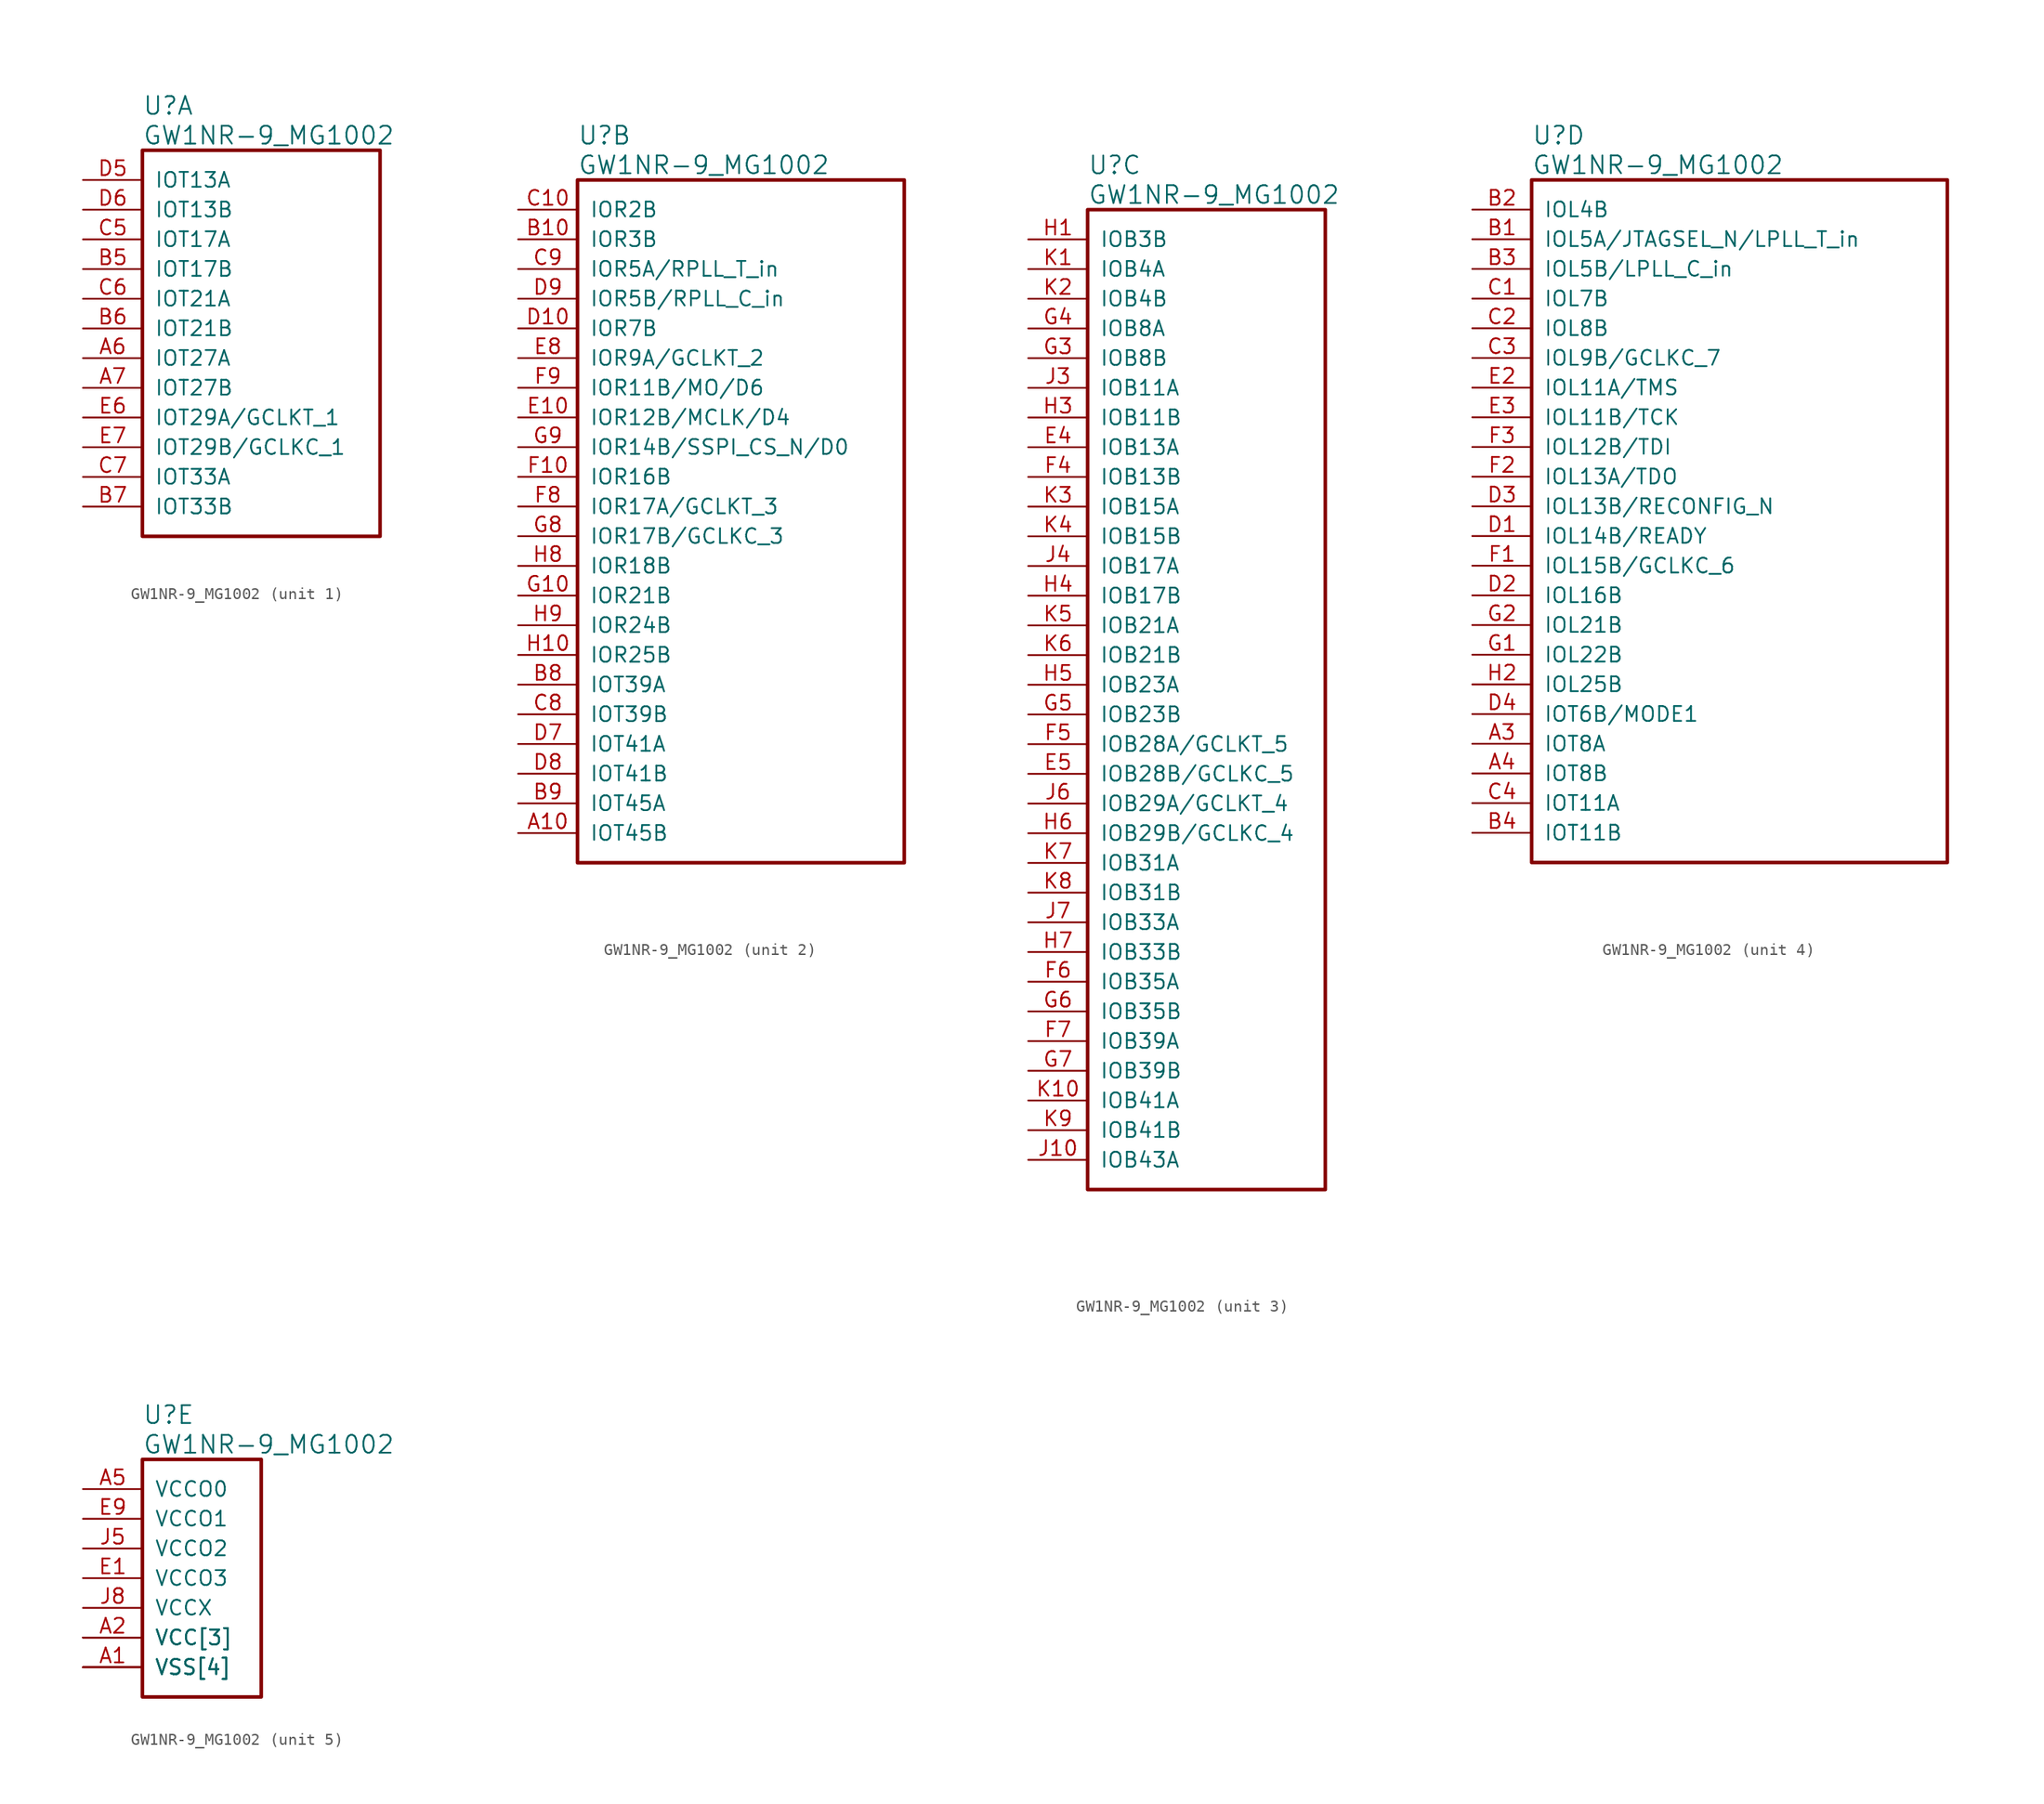
<source format=kicad_sym>
(kicad_symbol_lib
  (version 20241209)
  (generator "kicad_symbol_editor")
  (generator_version "9.0")
  (symbol "GW1NR-9_MG1002"
    (pin_names
      (offset 1.016))
    (property "Reference" "U"
      (at 5.08 6.35 0)
      (effects (font (size 1.524 1.524)) (justify left)))
    (property "Value" "GW1NR-9_MG1002"
      (at 5.08 3.81 0)
      (effects (font (size 1.524 1.524)) (justify left)))
    (property "ki_locked" ""
      (at 0 0 0)
      (effects (font (size 1.27 1.27))))
    (symbol "GW1NR-9_MG1002_1_1"
      (rectangle (start 5.08 2.54) (end 25.4 -30.48) (stroke (width 0.305) (type solid)) (fill (type none)))
      (pin bidirectional line (at 0 0 0) (length 5.08) (name "IOT13A" (effects (font (size 1.27 1.27)))) (number "D5" (effects (font (size 1.27 1.27)))))
      (pin bidirectional line (at 0 -2.54 0) (length 5.08) (name "IOT13B" (effects (font (size 1.27 1.27)))) (number "D6" (effects (font (size 1.27 1.27)))))
      (pin bidirectional line (at 0 -5.08 0) (length 5.08) (name "IOT17A" (effects (font (size 1.27 1.27)))) (number "C5" (effects (font (size 1.27 1.27)))))
      (pin bidirectional line (at 0 -7.62 0) (length 5.08) (name "IOT17B" (effects (font (size 1.27 1.27)))) (number "B5" (effects (font (size 1.27 1.27)))))
      (pin bidirectional line (at 0 -10.16 0) (length 5.08) (name "IOT21A" (effects (font (size 1.27 1.27)))) (number "C6" (effects (font (size 1.27 1.27)))))
      (pin bidirectional line (at 0 -12.7 0) (length 5.08) (name "IOT21B" (effects (font (size 1.27 1.27)))) (number "B6" (effects (font (size 1.27 1.27)))))
      (pin bidirectional line (at 0 -15.24 0) (length 5.08) (name "IOT27A" (effects (font (size 1.27 1.27)))) (number "A6" (effects (font (size 1.27 1.27)))))
      (pin bidirectional line (at 0 -17.78 0) (length 5.08) (name "IOT27B" (effects (font (size 1.27 1.27)))) (number "A7" (effects (font (size 1.27 1.27)))))
      (pin bidirectional line (at 0 -20.32 0) (length 5.08) (name "IOT29A/GCLKT_1" (effects (font (size 1.27 1.27)))) (number "E6" (effects (font (size 1.27 1.27)))))
      (pin bidirectional line (at 0 -22.86 0) (length 5.08) (name "IOT29B/GCLKC_1" (effects (font (size 1.27 1.27)))) (number "E7" (effects (font (size 1.27 1.27)))))
      (pin bidirectional line (at 0 -25.4 0) (length 5.08) (name "IOT33A" (effects (font (size 1.27 1.27)))) (number "C7" (effects (font (size 1.27 1.27)))))
      (pin bidirectional line (at 0 -27.94 0) (length 5.08) (name "IOT33B" (effects (font (size 1.27 1.27)))) (number "B7" (effects (font (size 1.27 1.27))))))
    (symbol "GW1NR-9_MG1002_2_1"
      (rectangle (start 5.08 2.54) (end 33.02 -55.88) (stroke (width 0.305) (type solid)) (fill (type none)))
      (pin bidirectional line (at 0 0 0) (length 5.08) (name "IOR2B" (effects (font (size 1.27 1.27)))) (number "C10" (effects (font (size 1.27 1.27)))))
      (pin bidirectional line (at 0 -2.54 0) (length 5.08) (name "IOR3B" (effects (font (size 1.27 1.27)))) (number "B10" (effects (font (size 1.27 1.27)))))
      (pin bidirectional line (at 0 -5.08 0) (length 5.08) (name "IOR5A/RPLL_T_in" (effects (font (size 1.27 1.27)))) (number "C9" (effects (font (size 1.27 1.27)))))
      (pin bidirectional line (at 0 -7.62 0) (length 5.08) (name "IOR5B/RPLL_C_in" (effects (font (size 1.27 1.27)))) (number "D9" (effects (font (size 1.27 1.27)))))
      (pin bidirectional line (at 0 -10.16 0) (length 5.08) (name "IOR7B" (effects (font (size 1.27 1.27)))) (number "D10" (effects (font (size 1.27 1.27)))))
      (pin bidirectional line (at 0 -12.7 0) (length 5.08) (name "IOR9A/GCLKT_2" (effects (font (size 1.27 1.27)))) (number "E8" (effects (font (size 1.27 1.27)))))
      (pin bidirectional line (at 0 -15.24 0) (length 5.08) (name "IOR11B/MO/D6" (effects (font (size 1.27 1.27)))) (number "F9" (effects (font (size 1.27 1.27)))))
      (pin bidirectional line (at 0 -17.78 0) (length 5.08) (name "IOR12B/MCLK/D4" (effects (font (size 1.27 1.27)))) (number "E10" (effects (font (size 1.27 1.27)))))
      (pin bidirectional line (at 0 -20.32 0) (length 5.08) (name "IOR14B/SSPI_CS_N/D0" (effects (font (size 1.27 1.27)))) (number "G9" (effects (font (size 1.27 1.27)))))
      (pin bidirectional line (at 0 -22.86 0) (length 5.08) (name "IOR16B" (effects (font (size 1.27 1.27)))) (number "F10" (effects (font (size 1.27 1.27)))))
      (pin bidirectional line (at 0 -25.4 0) (length 5.08) (name "IOR17A/GCLKT_3" (effects (font (size 1.27 1.27)))) (number "F8" (effects (font (size 1.27 1.27)))))
      (pin bidirectional line (at 0 -27.94 0) (length 5.08) (name "IOR17B/GCLKC_3" (effects (font (size 1.27 1.27)))) (number "G8" (effects (font (size 1.27 1.27)))))
      (pin bidirectional line (at 0 -30.48 0) (length 5.08) (name "IOR18B" (effects (font (size 1.27 1.27)))) (number "H8" (effects (font (size 1.27 1.27)))))
      (pin bidirectional line (at 0 -33.02 0) (length 5.08) (name "IOR21B" (effects (font (size 1.27 1.27)))) (number "G10" (effects (font (size 1.27 1.27)))))
      (pin bidirectional line (at 0 -35.56 0) (length 5.08) (name "IOR24B" (effects (font (size 1.27 1.27)))) (number "H9" (effects (font (size 1.27 1.27)))))
      (pin bidirectional line (at 0 -38.1 0) (length 5.08) (name "IOR25B" (effects (font (size 1.27 1.27)))) (number "H10" (effects (font (size 1.27 1.27)))))
      (pin bidirectional line (at 0 -40.64 0) (length 5.08) (name "IOT39A" (effects (font (size 1.27 1.27)))) (number "B8" (effects (font (size 1.27 1.27)))))
      (pin bidirectional line (at 0 -43.18 0) (length 5.08) (name "IOT39B" (effects (font (size 1.27 1.27)))) (number "C8" (effects (font (size 1.27 1.27)))))
      (pin bidirectional line (at 0 -45.72 0) (length 5.08) (name "IOT41A" (effects (font (size 1.27 1.27)))) (number "D7" (effects (font (size 1.27 1.27)))))
      (pin bidirectional line (at 0 -48.26 0) (length 5.08) (name "IOT41B" (effects (font (size 1.27 1.27)))) (number "D8" (effects (font (size 1.27 1.27)))))
      (pin bidirectional line (at 0 -50.8 0) (length 5.08) (name "IOT45A" (effects (font (size 1.27 1.27)))) (number "B9" (effects (font (size 1.27 1.27)))))
      (pin bidirectional line (at 0 -53.34 0) (length 5.08) (name "IOT45B" (effects (font (size 1.27 1.27)))) (number "A10" (effects (font (size 1.27 1.27))))))
    (symbol "GW1NR-9_MG1002_3_1"
      (rectangle (start 5.08 2.54) (end 25.4 -81.28) (stroke (width 0.305) (type solid)) (fill (type none)))
      (pin bidirectional line (at 0 0 0) (length 5.08) (name "IOB3B" (effects (font (size 1.27 1.27)))) (number "H1" (effects (font (size 1.27 1.27)))))
      (pin bidirectional line (at 0 -2.54 0) (length 5.08) (name "IOB4A" (effects (font (size 1.27 1.27)))) (number "K1" (effects (font (size 1.27 1.27)))))
      (pin bidirectional line (at 0 -5.08 0) (length 5.08) (name "IOB4B" (effects (font (size 1.27 1.27)))) (number "K2" (effects (font (size 1.27 1.27)))))
      (pin bidirectional line (at 0 -7.62 0) (length 5.08) (name "IOB8A" (effects (font (size 1.27 1.27)))) (number "G4" (effects (font (size 1.27 1.27)))))
      (pin bidirectional line (at 0 -10.16 0) (length 5.08) (name "IOB8B" (effects (font (size 1.27 1.27)))) (number "G3" (effects (font (size 1.27 1.27)))))
      (pin bidirectional line (at 0 -12.7 0) (length 5.08) (name "IOB11A" (effects (font (size 1.27 1.27)))) (number "J3" (effects (font (size 1.27 1.27)))))
      (pin bidirectional line (at 0 -15.24 0) (length 5.08) (name "IOB11B" (effects (font (size 1.27 1.27)))) (number "H3" (effects (font (size 1.27 1.27)))))
      (pin bidirectional line (at 0 -17.78 0) (length 5.08) (name "IOB13A" (effects (font (size 1.27 1.27)))) (number "E4" (effects (font (size 1.27 1.27)))))
      (pin bidirectional line (at 0 -20.32 0) (length 5.08) (name "IOB13B" (effects (font (size 1.27 1.27)))) (number "F4" (effects (font (size 1.27 1.27)))))
      (pin bidirectional line (at 0 -22.86 0) (length 5.08) (name "IOB15A" (effects (font (size 1.27 1.27)))) (number "K3" (effects (font (size 1.27 1.27)))))
      (pin bidirectional line (at 0 -25.4 0) (length 5.08) (name "IOB15B" (effects (font (size 1.27 1.27)))) (number "K4" (effects (font (size 1.27 1.27)))))
      (pin bidirectional line (at 0 -27.94 0) (length 5.08) (name "IOB17A" (effects (font (size 1.27 1.27)))) (number "J4" (effects (font (size 1.27 1.27)))))
      (pin bidirectional line (at 0 -30.48 0) (length 5.08) (name "IOB17B" (effects (font (size 1.27 1.27)))) (number "H4" (effects (font (size 1.27 1.27)))))
      (pin bidirectional line (at 0 -33.02 0) (length 5.08) (name "IOB21A" (effects (font (size 1.27 1.27)))) (number "K5" (effects (font (size 1.27 1.27)))))
      (pin bidirectional line (at 0 -35.56 0) (length 5.08) (name "IOB21B" (effects (font (size 1.27 1.27)))) (number "K6" (effects (font (size 1.27 1.27)))))
      (pin bidirectional line (at 0 -38.1 0) (length 5.08) (name "IOB23A" (effects (font (size 1.27 1.27)))) (number "H5" (effects (font (size 1.27 1.27)))))
      (pin bidirectional line (at 0 -40.64 0) (length 5.08) (name "IOB23B" (effects (font (size 1.27 1.27)))) (number "G5" (effects (font (size 1.27 1.27)))))
      (pin bidirectional line (at 0 -43.18 0) (length 5.08) (name "IOB28A/GCLKT_5" (effects (font (size 1.27 1.27)))) (number "F5" (effects (font (size 1.27 1.27)))))
      (pin bidirectional line (at 0 -45.72 0) (length 5.08) (name "IOB28B/GCLKC_5" (effects (font (size 1.27 1.27)))) (number "E5" (effects (font (size 1.27 1.27)))))
      (pin bidirectional line (at 0 -48.26 0) (length 5.08) (name "IOB29A/GCLKT_4" (effects (font (size 1.27 1.27)))) (number "J6" (effects (font (size 1.27 1.27)))))
      (pin bidirectional line (at 0 -50.8 0) (length 5.08) (name "IOB29B/GCLKC_4" (effects (font (size 1.27 1.27)))) (number "H6" (effects (font (size 1.27 1.27)))))
      (pin bidirectional line (at 0 -53.34 0) (length 5.08) (name "IOB31A" (effects (font (size 1.27 1.27)))) (number "K7" (effects (font (size 1.27 1.27)))))
      (pin bidirectional line (at 0 -55.88 0) (length 5.08) (name "IOB31B" (effects (font (size 1.27 1.27)))) (number "K8" (effects (font (size 1.27 1.27)))))
      (pin bidirectional line (at 0 -58.42 0) (length 5.08) (name "IOB33A" (effects (font (size 1.27 1.27)))) (number "J7" (effects (font (size 1.27 1.27)))))
      (pin bidirectional line (at 0 -60.96 0) (length 5.08) (name "IOB33B" (effects (font (size 1.27 1.27)))) (number "H7" (effects (font (size 1.27 1.27)))))
      (pin bidirectional line (at 0 -63.5 0) (length 5.08) (name "IOB35A" (effects (font (size 1.27 1.27)))) (number "F6" (effects (font (size 1.27 1.27)))))
      (pin bidirectional line (at 0 -66.04 0) (length 5.08) (name "IOB35B" (effects (font (size 1.27 1.27)))) (number "G6" (effects (font (size 1.27 1.27)))))
      (pin bidirectional line (at 0 -68.58 0) (length 5.08) (name "IOB39A" (effects (font (size 1.27 1.27)))) (number "F7" (effects (font (size 1.27 1.27)))))
      (pin bidirectional line (at 0 -71.12 0) (length 5.08) (name "IOB39B" (effects (font (size 1.27 1.27)))) (number "G7" (effects (font (size 1.27 1.27)))))
      (pin bidirectional line (at 0 -73.66 0) (length 5.08) (name "IOB41A" (effects (font (size 1.27 1.27)))) (number "K10" (effects (font (size 1.27 1.27)))))
      (pin bidirectional line (at 0 -76.2 0) (length 5.08) (name "IOB41B" (effects (font (size 1.27 1.27)))) (number "K9" (effects (font (size 1.27 1.27)))))
      (pin bidirectional line (at 0 -78.74 0) (length 5.08) (name "IOB43A" (effects (font (size 1.27 1.27)))) (number "J10" (effects (font (size 1.27 1.27))))))
    (symbol "GW1NR-9_MG1002_4_1"
      (rectangle (start 5.08 2.54) (end 40.64 -55.88) (stroke (width 0.305) (type solid)) (fill (type none)))
      (pin bidirectional line (at 0 0 0) (length 5.08) (name "IOL4B" (effects (font (size 1.27 1.27)))) (number "B2" (effects (font (size 1.27 1.27)))))
      (pin bidirectional line (at 0 -2.54 0) (length 5.08) (name "IOL5A/JTAGSEL_N/LPLL_T_in" (effects (font (size 1.27 1.27)))) (number "B1" (effects (font (size 1.27 1.27)))))
      (pin bidirectional line (at 0 -5.08 0) (length 5.08) (name "IOL5B/LPLL_C_in" (effects (font (size 1.27 1.27)))) (number "B3" (effects (font (size 1.27 1.27)))))
      (pin bidirectional line (at 0 -7.62 0) (length 5.08) (name "IOL7B" (effects (font (size 1.27 1.27)))) (number "C1" (effects (font (size 1.27 1.27)))))
      (pin bidirectional line (at 0 -10.16 0) (length 5.08) (name "IOL8B" (effects (font (size 1.27 1.27)))) (number "C2" (effects (font (size 1.27 1.27)))))
      (pin bidirectional line (at 0 -12.7 0) (length 5.08) (name "IOL9B/GCLKC_7" (effects (font (size 1.27 1.27)))) (number "C3" (effects (font (size 1.27 1.27)))))
      (pin bidirectional line (at 0 -15.24 0) (length 5.08) (name "IOL11A/TMS" (effects (font (size 1.27 1.27)))) (number "E2" (effects (font (size 1.27 1.27)))))
      (pin bidirectional line (at 0 -17.78 0) (length 5.08) (name "IOL11B/TCK" (effects (font (size 1.27 1.27)))) (number "E3" (effects (font (size 1.27 1.27)))))
      (pin bidirectional line (at 0 -20.32 0) (length 5.08) (name "IOL12B/TDI" (effects (font (size 1.27 1.27)))) (number "F3" (effects (font (size 1.27 1.27)))))
      (pin bidirectional line (at 0 -22.86 0) (length 5.08) (name "IOL13A/TDO" (effects (font (size 1.27 1.27)))) (number "F2" (effects (font (size 1.27 1.27)))))
      (pin bidirectional line (at 0 -25.4 0) (length 5.08) (name "IOL13B/RECONFIG_N" (effects (font (size 1.27 1.27)))) (number "D3" (effects (font (size 1.27 1.27)))))
      (pin bidirectional line (at 0 -27.94 0) (length 5.08) (name "IOL14B/READY" (effects (font (size 1.27 1.27)))) (number "D1" (effects (font (size 1.27 1.27)))))
      (pin bidirectional line (at 0 -30.48 0) (length 5.08) (name "IOL15B/GCLKC_6" (effects (font (size 1.27 1.27)))) (number "F1" (effects (font (size 1.27 1.27)))))
      (pin bidirectional line (at 0 -33.02 0) (length 5.08) (name "IOL16B" (effects (font (size 1.27 1.27)))) (number "D2" (effects (font (size 1.27 1.27)))))
      (pin bidirectional line (at 0 -35.56 0) (length 5.08) (name "IOL21B" (effects (font (size 1.27 1.27)))) (number "G2" (effects (font (size 1.27 1.27)))))
      (pin bidirectional line (at 0 -38.1 0) (length 5.08) (name "IOL22B" (effects (font (size 1.27 1.27)))) (number "G1" (effects (font (size 1.27 1.27)))))
      (pin bidirectional line (at 0 -40.64 0) (length 5.08) (name "IOL25B" (effects (font (size 1.27 1.27)))) (number "H2" (effects (font (size 1.27 1.27)))))
      (pin bidirectional line (at 0 -43.18 0) (length 5.08) (name "IOT6B/MODE1" (effects (font (size 1.27 1.27)))) (number "D4" (effects (font (size 1.27 1.27)))))
      (pin bidirectional line (at 0 -45.72 0) (length 5.08) (name "IOT8A" (effects (font (size 1.27 1.27)))) (number "A3" (effects (font (size 1.27 1.27)))))
      (pin bidirectional line (at 0 -48.26 0) (length 5.08) (name "IOT8B" (effects (font (size 1.27 1.27)))) (number "A4" (effects (font (size 1.27 1.27)))))
      (pin bidirectional line (at 0 -50.8 0) (length 5.08) (name "IOT11A" (effects (font (size 1.27 1.27)))) (number "C4" (effects (font (size 1.27 1.27)))))
      (pin bidirectional line (at 0 -53.34 0) (length 5.08) (name "IOT11B" (effects (font (size 1.27 1.27)))) (number "B4" (effects (font (size 1.27 1.27))))))
    (symbol "GW1NR-9_MG1002_5_1"
      (rectangle (start 5.08 2.54) (end 15.24 -17.78) (stroke (width 0.305) (type solid)) (fill (type none)))
      (pin power_in line (at 0 0 0) (length 5.08) (name "VCCO0" (effects (font (size 1.27 1.27)))) (number "A5" (effects (font (size 1.27 1.27)))))
      (pin power_in line (at 0 -2.54 0) (length 5.08) (name "VCCO1" (effects (font (size 1.27 1.27)))) (number "E9" (effects (font (size 1.27 1.27)))))
      (pin power_in line (at 0 -5.08 0) (length 5.08) (name "VCCO2" (effects (font (size 1.27 1.27)))) (number "J5" (effects (font (size 1.27 1.27)))))
      (pin power_in line (at 0 -7.62 0) (length 5.08) (name "VCCO3" (effects (font (size 1.27 1.27)))) (number "E1" (effects (font (size 1.27 1.27)))))
      (pin power_in line (at 0 -10.16 0) (length 5.08) (name "VCCX" (effects (font (size 1.27 1.27)))) (number "J8" (effects (font (size 1.27 1.27)))))
      (pin power_in line (at 0 -12.7 0) (length 5.08) (name "VCC[3]" (effects (font (size 1.27 1.27)))) (number "A2" (effects (font (size 1.27 1.27)))))
      (pin power_in line (at 0 -12.7 0) (length 5.08) (name "VCC[3]" (effects (font (size 1.27 1.27)))) (number "A8" (effects (font (size 0 0)))))
      (pin power_in line (at 0 -12.7 0) (length 5.08) (name "VCC[3]" (effects (font (size 1.27 1.27)))) (number "J2" (effects (font (size 0 0)))))
      (pin power_in line (at 0 -15.24 0) (length 5.08) (name "VSS[4]" (effects (font (size 1.27 1.27)))) (number "A1" (effects (font (size 1.27 1.27)))))
      (pin power_in line (at 0 -15.24 0) (length 5.08) (name "VSS[4]" (effects (font (size 1.27 1.27)))) (number "A9" (effects (font (size 0 0)))))
      (pin power_in line (at 0 -15.24 0) (length 5.08) (name "VSS[4]" (effects (font (size 1.27 1.27)))) (number "J1" (effects (font (size 0 0)))))
      (pin power_in line (at 0 -15.24 0) (length 5.08) (name "VSS[4]" (effects (font (size 1.27 1.27)))) (number "J9" (effects (font (size 0 0))))))))
</source>
